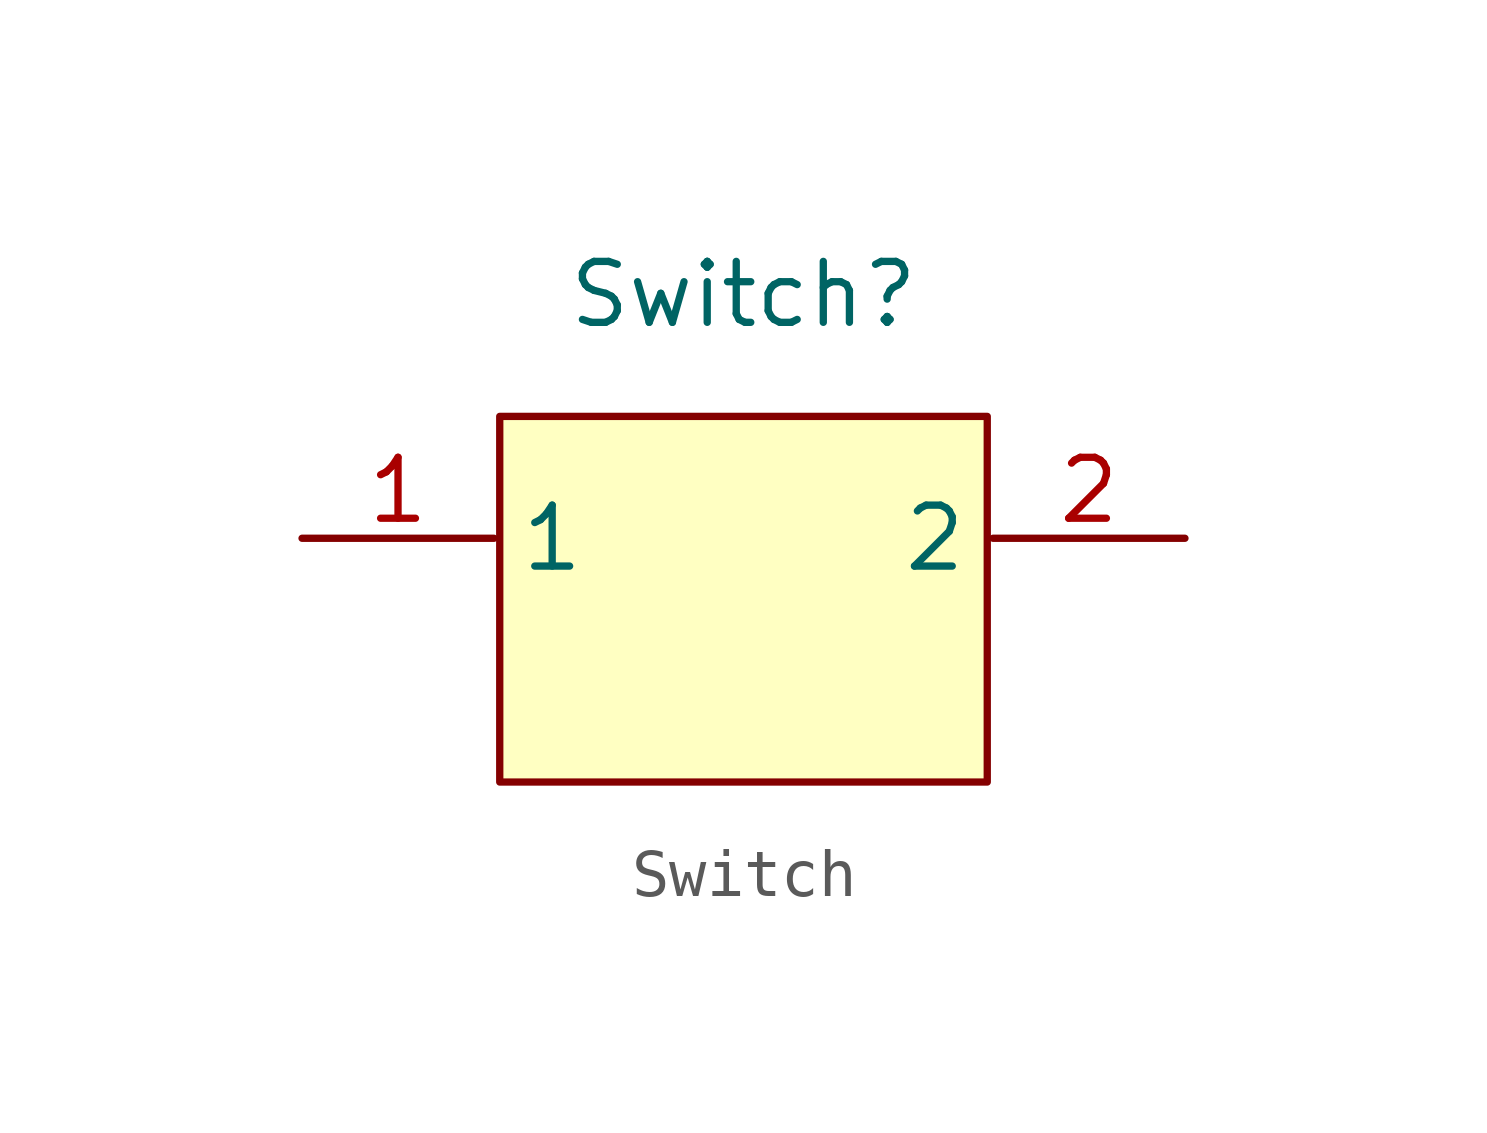
<source format=kicad_sym>
(kicad_symbol_lib
  (version 20231120)
  (generator "kicad_symbol_editor")
  (generator_version "8.0")
  (symbol "Switch"
    (property "Reference" "Switch"
      (at 0 0 0)
      (effects (font (size 1.27 1.27))))
    (property "Value" ""
      (at 0 0 0)
      (effects (font (size 1.27 1.27))))
    (symbol "Switch_1_1"
      (rectangle (start -5.08 -2.54) (end 5.08 -10.16) (stroke (width 0) (type default)) (fill (type color) (color 255 255 194 1)))
      (pin input line (at -9.2 -5.08 0) (length 4) (name "1" (effects (font (size 1.27 1.27)))) (number "1" (effects (font (size 1.27 1.27)))))
      (pin input line (at 9.2 -5.08 180) (length 4) (name "2" (effects (font (size 1.27 1.27)))) (number "2" (effects (font (size 1.27 1.27))))))))
</source>
